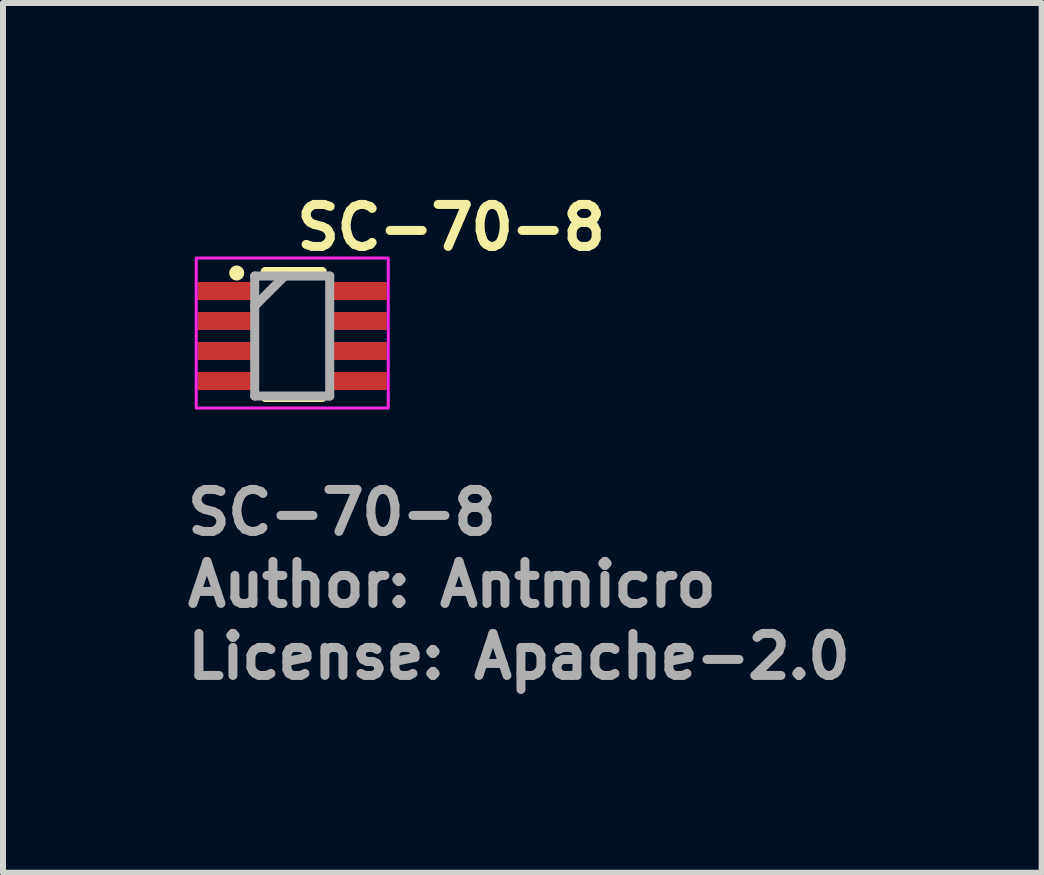
<source format=kicad_pcb>
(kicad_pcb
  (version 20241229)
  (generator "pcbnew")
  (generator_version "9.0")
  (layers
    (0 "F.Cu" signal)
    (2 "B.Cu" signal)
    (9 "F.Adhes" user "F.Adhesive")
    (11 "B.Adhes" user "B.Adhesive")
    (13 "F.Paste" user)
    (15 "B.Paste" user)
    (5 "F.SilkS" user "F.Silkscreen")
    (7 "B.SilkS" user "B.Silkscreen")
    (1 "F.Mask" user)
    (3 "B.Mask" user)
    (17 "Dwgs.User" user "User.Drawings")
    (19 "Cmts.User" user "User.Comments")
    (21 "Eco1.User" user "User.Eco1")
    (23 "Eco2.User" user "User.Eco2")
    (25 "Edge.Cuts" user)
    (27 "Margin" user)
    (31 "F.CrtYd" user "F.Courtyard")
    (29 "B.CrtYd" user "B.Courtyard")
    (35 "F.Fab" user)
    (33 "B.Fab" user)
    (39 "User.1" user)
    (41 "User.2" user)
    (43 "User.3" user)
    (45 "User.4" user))
  (footprint "SC-70-8"
    (layer "F.Cu")
    (at 1.82 2.55)
    (property "Reference" "SC-70-8" (at 0 -1.4 0) (layer "F.SilkS") (effects (font (size 0.7 0.7) (thickness 0.15)) (justify left bottom)))
    (attr smd)
    (fp_line (start -0.45 -1.075) (end 0.5 -1.075) (stroke (width 0.15) (type solid)) (layer "F.SilkS"))
    (fp_line (start -0.45 1.025) (end 0.5 1.025) (stroke (width 0.15) (type solid)) (layer "F.SilkS"))
    (fp_circle (center -0.925 -1.05) (end -0.875 -1.05) (stroke (width 0.15) (type solid)) (fill yes) (layer "F.SilkS"))
    (fp_rect (start -1.6 -1.3) (end 1.6 1.2) (stroke (width 0.05) (type solid)) (fill no) (layer "F.CrtYd"))
    (fp_line (start -0.625 -1) (end 0.625 -1) (stroke (width 0.15) (type solid)) (layer "F.Fab"))
    (fp_line (start -0.625 -0.5) (end -0.125 -1) (stroke (width 0.15) (type solid)) (layer "F.Fab"))
    (fp_line (start -0.625 1) (end -0.625 -1) (stroke (width 0.15) (type solid)) (layer "F.Fab"))
    (fp_line (start 0.625 -1) (end 0.625 1) (stroke (width 0.15) (type solid)) (layer "F.Fab"))
    (fp_line (start 0.625 1) (end -0.625 1) (stroke (width 0.15) (type solid)) (layer "F.Fab"))
    (fp_rect (start -1.05 -1) (end 1.05 1) (stroke (width 0.1) (type solid)) (fill no) (layer "User.5"))
    (fp_line (start -1.05 -0.855) (end -0.907 -0.855) (stroke (width 0.02) (type solid)) (layer "User.9"))
    (fp_line (start -1.05 -0.645) (end -1.05 -0.855) (stroke (width 0.02) (type solid)) (layer "User.9"))
    (fp_line (start -1.05 -0.645) (end -0.907 -0.645) (stroke (width 0.02) (type solid)) (layer "User.9"))
    (fp_line (start -1.05 -0.355) (end -0.907 -0.355) (stroke (width 0.02) (type solid)) (layer "User.9"))
    (fp_line (start -1.05 -0.145) (end -1.05 -0.355) (stroke (width 0.02) (type solid)) (layer "User.9"))
    (fp_line (start -1.05 -0.145) (end -0.907 -0.145) (stroke (width 0.02) (type solid)) (layer "User.9"))
    (fp_line (start -1.05 0.145) (end -0.907 0.145) (stroke (width 0.02) (type solid)) (layer "User.9"))
    (fp_line (start -1.05 0.355) (end -1.05 0.145) (stroke (width 0.02) (type solid)) (layer "User.9"))
    (fp_line (start -1.05 0.355) (end -0.907 0.355) (stroke (width 0.02) (type solid)) (layer "User.9"))
    (fp_line (start -1.05 0.645) (end -0.907 0.645) (stroke (width 0.02) (type solid)) (layer "User.9"))
    (fp_line (start -1.05 0.855) (end -1.05 0.645) (stroke (width 0.02) (type solid)) (layer "User.9"))
    (fp_line (start -1.05 0.855) (end -0.907 0.855) (stroke (width 0.02) (type solid)) (layer "User.9"))
    (fp_line (start -0.907 -0.855) (end -0.856 -0.855) (stroke (width 0.02) (type solid)) (layer "User.9"))
    (fp_line (start -0.907 -0.645) (end -0.856 -0.645) (stroke (width 0.02) (type solid)) (layer "User.9"))
    (fp_line (start -0.907 -0.355) (end -0.856 -0.355) (stroke (width 0.02) (type solid)) (layer "User.9"))
    (fp_line (start -0.907 -0.145) (end -0.856 -0.145) (stroke (width 0.02) (type solid)) (layer "User.9"))
    (fp_line (start -0.907 0.145) (end -0.856 0.145) (stroke (width 0.02) (type solid)) (layer "User.9"))
    (fp_line (start -0.907 0.355) (end -0.856 0.355) (stroke (width 0.02) (type solid)) (layer "User.9"))
    (fp_line (start -0.907 0.645) (end -0.856 0.645) (stroke (width 0.02) (type solid)) (layer "User.9"))
    (fp_line (start -0.907 0.855) (end -0.856 0.855) (stroke (width 0.02) (type solid)) (layer "User.9"))
    (fp_line (start -0.856 -0.855) (end -0.736 -0.855) (stroke (width 0.02) (type solid)) (layer "User.9"))
    (fp_line (start -0.856 -0.645) (end -0.736 -0.645) (stroke (width 0.02) (type solid)) (layer "User.9"))
    (fp_line (start -0.856 -0.355) (end -0.736 -0.355) (stroke (width 0.02) (type solid)) (layer "User.9"))
    (fp_line (start -0.856 -0.145) (end -0.736 -0.145) (stroke (width 0.02) (type solid)) (layer "User.9"))
    (fp_line (start -0.856 0.145) (end -0.736 0.145) (stroke (width 0.02) (type solid)) (layer "User.9"))
    (fp_line (start -0.856 0.355) (end -0.736 0.355) (stroke (width 0.02) (type solid)) (layer "User.9"))
    (fp_line (start -0.856 0.645) (end -0.736 0.645) (stroke (width 0.02) (type solid)) (layer "User.9"))
    (fp_line (start -0.856 0.855) (end -0.736 0.855) (stroke (width 0.02) (type solid)) (layer "User.9"))
    (fp_line (start -0.736 -0.855) (end -0.686 -0.855) (stroke (width 0.02) (type solid)) (layer "User.9"))
    (fp_line (start -0.736 -0.645) (end -0.686 -0.645) (stroke (width 0.02) (type solid)) (layer "User.9"))
    (fp_line (start -0.736 -0.355) (end -0.686 -0.355) (stroke (width 0.02) (type solid)) (layer "User.9"))
    (fp_line (start -0.736 -0.145) (end -0.686 -0.145) (stroke (width 0.02) (type solid)) (layer "User.9"))
    (fp_line (start -0.736 0.145) (end -0.686 0.145) (stroke (width 0.02) (type solid)) (layer "User.9"))
    (fp_line (start -0.736 0.355) (end -0.686 0.355) (stroke (width 0.02) (type solid)) (layer "User.9"))
    (fp_line (start -0.736 0.645) (end -0.686 0.645) (stroke (width 0.02) (type solid)) (layer "User.9"))
    (fp_line (start -0.736 0.855) (end -0.686 0.855) (stroke (width 0.02) (type solid)) (layer "User.9"))
    (fp_line (start -0.686 -0.855) (end -0.625 -0.855) (stroke (width 0.02) (type solid)) (layer "User.9"))
    (fp_line (start -0.686 -0.645) (end -0.625 -0.645) (stroke (width 0.02) (type solid)) (layer "User.9"))
    (fp_line (start -0.686 -0.355) (end -0.625 -0.355) (stroke (width 0.02) (type solid)) (layer "User.9"))
    (fp_line (start -0.686 -0.145) (end -0.625 -0.145) (stroke (width 0.02) (type solid)) (layer "User.9"))
    (fp_line (start -0.686 0.145) (end -0.625 0.145) (stroke (width 0.02) (type solid)) (layer "User.9"))
    (fp_line (start -0.686 0.355) (end -0.625 0.355) (stroke (width 0.02) (type solid)) (layer "User.9"))
    (fp_line (start -0.686 0.645) (end -0.625 0.645) (stroke (width 0.02) (type solid)) (layer "User.9"))
    (fp_line (start -0.686 0.855) (end -0.625 0.855) (stroke (width 0.02) (type solid)) (layer "User.9"))
    (fp_line (start -0.625 -1) (end -0.594 -0.969) (stroke (width 0.02) (type solid)) (layer "User.9"))
    (fp_line (start -0.625 -1) (end 0.625 -1) (stroke (width 0.02) (type solid)) (layer "User.9"))
    (fp_line (start -0.625 -0.645) (end -0.625 -0.855) (stroke (width 0.02) (type solid)) (layer "User.9"))
    (fp_line (start -0.625 -0.145) (end -0.625 -0.355) (stroke (width 0.02) (type solid)) (layer "User.9"))
    (fp_line (start -0.625 0.355) (end -0.625 0.145) (stroke (width 0.02) (type solid)) (layer "User.9"))
    (fp_line (start -0.625 0.855) (end -0.625 0.645) (stroke (width 0.02) (type solid)) (layer "User.9"))
    (fp_line (start -0.625 1) (end -0.625 -1) (stroke (width 0.02) (type solid)) (layer "User.9"))
    (fp_line (start -0.625 1) (end -0.594 0.969) (stroke (width 0.02) (type solid)) (layer "User.9"))
    (fp_line (start -0.625 1) (end 0.625 1) (stroke (width 0.02) (type solid)) (layer "User.9"))
    (fp_line (start -0.594 -0.969) (end -0.574 -0.949) (stroke (width 0.02) (type solid)) (layer "User.9"))
    (fp_line (start -0.594 0.969) (end -0.574 0.949) (stroke (width 0.02) (type solid)) (layer "User.9"))
    (fp_line (start -0.495 -0.8) (end -0.495 -0.796) (stroke (width 0.02) (type solid)) (layer "User.9"))
    (fp_line (start -0.495 -0.796) (end -0.495 -0.792) (stroke (width 0.02) (type solid)) (layer "User.9"))
    (fp_line (start -0.495 -0.792) (end -0.495 -0.792) (stroke (width 0.02) (type solid)) (layer "User.9"))
    (fp_line (start -0.495 -0.792) (end -0.495 -0.788) (stroke (width 0.02) (type solid)) (layer "User.9"))
    (fp_line (start -0.495 -0.788) (end -0.495 -0.784) (stroke (width 0.02) (type solid)) (layer "User.9"))
    (fp_line (start -0.495 -0.784) (end -0.494 -0.78) (stroke (width 0.02) (type solid)) (layer "User.9"))
    (fp_line (start -0.494 -0.808) (end -0.494 -0.804) (stroke (width 0.02) (type solid)) (layer "User.9"))
    (fp_line (start -0.494 -0.804) (end -0.495 -0.8) (stroke (width 0.02) (type solid)) (layer "User.9"))
    (fp_line (start -0.494 -0.78) (end -0.494 -0.776) (stroke (width 0.02) (type solid)) (layer "User.9"))
    (fp_line (start -0.494 -0.776) (end -0.493 -0.772) (stroke (width 0.02) (type solid)) (layer "User.9"))
    (fp_line (start -0.493 -0.812) (end -0.494 -0.808) (stroke (width 0.02) (type solid)) (layer "User.9"))
    (fp_line (start -0.493 -0.772) (end -0.492 -0.769) (stroke (width 0.02) (type solid)) (layer "User.9"))
    (fp_line (start -0.492 -0.815) (end -0.493 -0.812) (stroke (width 0.02) (type solid)) (layer "User.9"))
    (fp_line (start -0.492 -0.769) (end -0.49 -0.765) (stroke (width 0.02) (type solid)) (layer "User.9"))
    (fp_line (start -0.49 -0.819) (end -0.492 -0.815) (stroke (width 0.02) (type solid)) (layer "User.9"))
    (fp_line (start -0.49 -0.765) (end -0.489 -0.762) (stroke (width 0.02) (type solid)) (layer "User.9"))
    (fp_line (start -0.489 -0.822) (end -0.49 -0.819) (stroke (width 0.02) (type solid)) (layer "User.9"))
    (fp_line (start -0.489 -0.762) (end -0.487 -0.758) (stroke (width 0.02) (type solid)) (layer "User.9"))
    (fp_line (start -0.487 -0.826) (end -0.489 -0.822) (stroke (width 0.02) (type solid)) (layer "User.9"))
    (fp_line (start -0.487 -0.758) (end -0.486 -0.755) (stroke (width 0.02) (type solid)) (layer "User.9"))
    (fp_line (start -0.486 -0.829) (end -0.487 -0.826) (stroke (width 0.02) (type solid)) (layer "User.9"))
    (fp_line (start -0.486 -0.755) (end -0.484 -0.751) (stroke (width 0.02) (type solid)) (layer "User.9"))
    (fp_line (start -0.484 -0.833) (end -0.486 -0.829) (stroke (width 0.02) (type solid)) (layer "User.9"))
    (fp_line (start -0.484 -0.751) (end -0.482 -0.748) (stroke (width 0.02) (type solid)) (layer "User.9"))
    (fp_line (start -0.482 -0.836) (end -0.484 -0.833) (stroke (width 0.02) (type solid)) (layer "User.9"))
    (fp_line (start -0.482 -0.748) (end -0.48 -0.745) (stroke (width 0.02) (type solid)) (layer "User.9"))
    (fp_line (start -0.48 -0.839) (end -0.482 -0.836) (stroke (width 0.02) (type solid)) (layer "User.9"))
    (fp_line (start -0.48 -0.745) (end -0.477 -0.742) (stroke (width 0.02) (type solid)) (layer "User.9"))
    (fp_line (start -0.477 -0.842) (end -0.48 -0.839) (stroke (width 0.02) (type solid)) (layer "User.9"))
    (fp_line (start -0.477 -0.742) (end -0.475 -0.739) (stroke (width 0.02) (type solid)) (layer "User.9"))
    (fp_line (start -0.475 -0.845) (end -0.477 -0.842) (stroke (width 0.02) (type solid)) (layer "User.9"))
    (fp_line (start -0.475 -0.739) (end -0.472 -0.737) (stroke (width 0.02) (type solid)) (layer "User.9"))
    (fp_line (start -0.472 -0.847) (end -0.475 -0.845) (stroke (width 0.02) (type solid)) (layer "User.9"))
    (fp_line (start -0.472 -0.737) (end -0.47 -0.734) (stroke (width 0.02) (type solid)) (layer "User.9"))
    (fp_line (start -0.47 -0.85) (end -0.472 -0.847) (stroke (width 0.02) (type solid)) (layer "User.9"))
    (fp_line (start -0.47 -0.734) (end -0.467 -0.732) (stroke (width 0.02) (type solid)) (layer "User.9"))
    (fp_line (start -0.467 -0.852) (end -0.47 -0.85) (stroke (width 0.02) (type solid)) (layer "User.9"))
    (fp_line (start -0.467 -0.732) (end -0.464 -0.729) (stroke (width 0.02) (type solid)) (layer "User.9"))
    (fp_line (start -0.464 -0.855) (end -0.467 -0.852) (stroke (width 0.02) (type solid)) (layer "User.9"))
    (fp_line (start -0.464 -0.729) (end -0.461 -0.727) (stroke (width 0.02) (type solid)) (layer "User.9"))
    (fp_line (start -0.461 -0.857) (end -0.464 -0.855) (stroke (width 0.02) (type solid)) (layer "User.9"))
    (fp_line (start -0.461 -0.727) (end -0.458 -0.725) (stroke (width 0.02) (type solid)) (layer "User.9"))
    (fp_line (start -0.458 -0.859) (end -0.461 -0.857) (stroke (width 0.02) (type solid)) (layer "User.9"))
    (fp_line (start -0.458 -0.725) (end -0.454 -0.723) (stroke (width 0.02) (type solid)) (layer "User.9"))
    (fp_line (start -0.454 -0.861) (end -0.458 -0.859) (stroke (width 0.02) (type solid)) (layer "User.9"))
    (fp_line (start -0.454 -0.723) (end -0.451 -0.722) (stroke (width 0.02) (type solid)) (layer "User.9"))
    (fp_line (start -0.451 -0.862) (end -0.454 -0.861) (stroke (width 0.02) (type solid)) (layer "User.9"))
    (fp_line (start -0.451 -0.722) (end -0.447 -0.72) (stroke (width 0.02) (type solid)) (layer "User.9"))
    (fp_line (start -0.447 -0.864) (end -0.451 -0.862) (stroke (width 0.02) (type solid)) (layer "User.9"))
    (fp_line (start -0.447 -0.72) (end -0.444 -0.719) (stroke (width 0.02) (type solid)) (layer "User.9"))
    (fp_line (start -0.444 -0.865) (end -0.447 -0.864) (stroke (width 0.02) (type solid)) (layer "User.9"))
    (fp_line (start -0.444 -0.719) (end -0.44 -0.717) (stroke (width 0.02) (type solid)) (layer "User.9"))
    (fp_line (start -0.44 -0.867) (end -0.444 -0.865) (stroke (width 0.02) (type solid)) (layer "User.9"))
    (fp_line (start -0.44 -0.717) (end -0.437 -0.716) (stroke (width 0.02) (type solid)) (layer "User.9"))
    (fp_line (start -0.437 -0.868) (end -0.44 -0.867) (stroke (width 0.02) (type solid)) (layer "User.9"))
    (fp_line (start -0.437 -0.716) (end -0.433 -0.715) (stroke (width 0.02) (type solid)) (layer "User.9"))
    (fp_line (start -0.433 -0.869) (end -0.437 -0.868) (stroke (width 0.02) (type solid)) (layer "User.9"))
    (fp_line (start -0.433 -0.715) (end -0.429 -0.715) (stroke (width 0.02) (type solid)) (layer "User.9"))
    (fp_line (start -0.429 -0.869) (end -0.433 -0.869) (stroke (width 0.02) (type solid)) (layer "User.9"))
    (fp_line (start -0.429 -0.715) (end -0.425 -0.714) (stroke (width 0.02) (type solid)) (layer "User.9"))
    (fp_line (start -0.425 -0.87) (end -0.429 -0.869) (stroke (width 0.02) (type solid)) (layer "User.9"))
    (fp_line (start -0.425 -0.714) (end -0.421 -0.714) (stroke (width 0.02) (type solid)) (layer "User.9"))
    (fp_line (start -0.421 -0.87) (end -0.425 -0.87) (stroke (width 0.02) (type solid)) (layer "User.9"))
    (fp_line (start -0.421 -0.714) (end -0.417 -0.714) (stroke (width 0.02) (type solid)) (layer "User.9"))
    (fp_line (start -0.417 -0.87) (end -0.421 -0.87) (stroke (width 0.02) (type solid)) (layer "User.9"))
    (fp_line (start -0.417 -0.87) (end -0.417 -0.87) (stroke (width 0.02) (type solid)) (layer "User.9"))
    (fp_line (start -0.417 -0.714) (end -0.417 -0.714) (stroke (width 0.02) (type solid)) (layer "User.9"))
    (fp_line (start -0.417 -0.714) (end -0.413 -0.714) (stroke (width 0.02) (type solid)) (layer "User.9"))
    (fp_line (start -0.413 -0.87) (end -0.417 -0.87) (stroke (width 0.02) (type solid)) (layer "User.9"))
    (fp_line (start -0.413 -0.714) (end -0.409 -0.714) (stroke (width 0.02) (type solid)) (layer "User.9"))
    (fp_line (start -0.409 -0.87) (end -0.413 -0.87) (stroke (width 0.02) (type solid)) (layer "User.9"))
    (fp_line (start -0.409 -0.714) (end -0.405 -0.715) (stroke (width 0.02) (type solid)) (layer "User.9"))
    (fp_line (start -0.405 -0.869) (end -0.409 -0.87) (stroke (width 0.02) (type solid)) (layer "User.9"))
    (fp_line (start -0.405 -0.715) (end -0.401 -0.715) (stroke (width 0.02) (type solid)) (layer "User.9"))
    (fp_line (start -0.401 -0.869) (end -0.405 -0.869) (stroke (width 0.02) (type solid)) (layer "User.9"))
    (fp_line (start -0.401 -0.715) (end -0.397 -0.716) (stroke (width 0.02) (type solid)) (layer "User.9"))
    (fp_line (start -0.397 -0.868) (end -0.401 -0.869) (stroke (width 0.02) (type solid)) (layer "User.9"))
    (fp_line (start -0.397 -0.716) (end -0.394 -0.717) (stroke (width 0.02) (type solid)) (layer "User.9"))
    (fp_line (start -0.394 -0.867) (end -0.397 -0.868) (stroke (width 0.02) (type solid)) (layer "User.9"))
    (fp_line (start -0.394 -0.717) (end -0.39 -0.719) (stroke (width 0.02) (type solid)) (layer "User.9"))
    (fp_line (start -0.39 -0.865) (end -0.394 -0.867) (stroke (width 0.02) (type solid)) (layer "User.9"))
    (fp_line (start -0.39 -0.719) (end -0.387 -0.72) (stroke (width 0.02) (type solid)) (layer "User.9"))
    (fp_line (start -0.387 -0.864) (end -0.39 -0.865) (stroke (width 0.02) (type solid)) (layer "User.9"))
    (fp_line (start -0.387 -0.72) (end -0.383 -0.722) (stroke (width 0.02) (type solid)) (layer "User.9"))
    (fp_line (start -0.383 -0.862) (end -0.387 -0.864) (stroke (width 0.02) (type solid)) (layer "User.9"))
    (fp_line (start -0.383 -0.722) (end -0.38 -0.723) (stroke (width 0.02) (type solid)) (layer "User.9"))
    (fp_line (start -0.38 -0.861) (end -0.383 -0.862) (stroke (width 0.02) (type solid)) (layer "User.9"))
    (fp_line (start -0.38 -0.723) (end -0.376 -0.725) (stroke (width 0.02) (type solid)) (layer "User.9"))
    (fp_line (start -0.376 -0.859) (end -0.38 -0.861) (stroke (width 0.02) (type solid)) (layer "User.9"))
    (fp_line (start -0.376 -0.725) (end -0.373 -0.727) (stroke (width 0.02) (type solid)) (layer "User.9"))
    (fp_line (start -0.373 -0.857) (end -0.376 -0.859) (stroke (width 0.02) (type solid)) (layer "User.9"))
    (fp_line (start -0.373 -0.727) (end -0.37 -0.729) (stroke (width 0.02) (type solid)) (layer "User.9"))
    (fp_line (start -0.37 -0.855) (end -0.373 -0.857) (stroke (width 0.02) (type solid)) (layer "User.9"))
    (fp_line (start -0.37 -0.729) (end -0.367 -0.732) (stroke (width 0.02) (type solid)) (layer "User.9"))
    (fp_line (start -0.367 -0.852) (end -0.37 -0.855) (stroke (width 0.02) (type solid)) (layer "User.9"))
    (fp_line (start -0.367 -0.732) (end -0.364 -0.734) (stroke (width 0.02) (type solid)) (layer "User.9"))
    (fp_line (start -0.364 -0.85) (end -0.367 -0.852) (stroke (width 0.02) (type solid)) (layer "User.9"))
    (fp_line (start -0.364 -0.734) (end -0.362 -0.737) (stroke (width 0.02) (type solid)) (layer "User.9"))
    (fp_line (start -0.362 -0.847) (end -0.364 -0.85) (stroke (width 0.02) (type solid)) (layer "User.9"))
    (fp_line (start -0.362 -0.737) (end -0.359 -0.739) (stroke (width 0.02) (type solid)) (layer "User.9"))
    (fp_line (start -0.359 -0.845) (end -0.362 -0.847) (stroke (width 0.02) (type solid)) (layer "User.9"))
    (fp_line (start -0.359 -0.739) (end -0.357 -0.742) (stroke (width 0.02) (type solid)) (layer "User.9"))
    (fp_line (start -0.357 -0.842) (end -0.359 -0.845) (stroke (width 0.02) (type solid)) (layer "User.9"))
    (fp_line (start -0.357 -0.742) (end -0.354 -0.745) (stroke (width 0.02) (type solid)) (layer "User.9"))
    (fp_line (start -0.354 -0.839) (end -0.357 -0.842) (stroke (width 0.02) (type solid)) (layer "User.9"))
    (fp_line (start -0.354 -0.745) (end -0.352 -0.748) (stroke (width 0.02) (type solid)) (layer "User.9"))
    (fp_line (start -0.352 -0.836) (end -0.354 -0.839) (stroke (width 0.02) (type solid)) (layer "User.9"))
    (fp_line (start -0.352 -0.748) (end -0.35 -0.751) (stroke (width 0.02) (type solid)) (layer "User.9"))
    (fp_line (start -0.35 -0.833) (end -0.352 -0.836) (stroke (width 0.02) (type solid)) (layer "User.9"))
    (fp_line (start -0.35 -0.751) (end -0.348 -0.755) (stroke (width 0.02) (type solid)) (layer "User.9"))
    (fp_line (start -0.348 -0.829) (end -0.35 -0.833) (stroke (width 0.02) (type solid)) (layer "User.9"))
    (fp_line (start -0.348 -0.755) (end -0.347 -0.758) (stroke (width 0.02) (type solid)) (layer "User.9"))
    (fp_line (start -0.347 -0.826) (end -0.348 -0.829) (stroke (width 0.02) (type solid)) (layer "User.9"))
    (fp_line (start -0.347 -0.758) (end -0.345 -0.762) (stroke (width 0.02) (type solid)) (layer "User.9"))
    (fp_line (start -0.345 -0.822) (end -0.347 -0.826) (stroke (width 0.02) (type solid)) (layer "User.9"))
    (fp_line (start -0.345 -0.762) (end -0.344 -0.765) (stroke (width 0.02) (type solid)) (layer "User.9"))
    (fp_line (start -0.344 -0.819) (end -0.345 -0.822) (stroke (width 0.02) (type solid)) (layer "User.9"))
    (fp_line (start -0.344 -0.765) (end -0.342 -0.769) (stroke (width 0.02) (type solid)) (layer "User.9"))
    (fp_line (start -0.342 -0.815) (end -0.344 -0.819) (stroke (width 0.02) (type solid)) (layer "User.9"))
    (fp_line (start -0.342 -0.769) (end -0.341 -0.772) (stroke (width 0.02) (type solid)) (layer "User.9"))
    (fp_line (start -0.341 -0.812) (end -0.342 -0.815) (stroke (width 0.02) (type solid)) (layer "User.9"))
    (fp_line (start -0.341 -0.772) (end -0.34 -0.776) (stroke (width 0.02) (type solid)) (layer "User.9"))
    (fp_line (start -0.34 -0.808) (end -0.341 -0.812) (stroke (width 0.02) (type solid)) (layer "User.9"))
    (fp_line (start -0.34 -0.804) (end -0.34 -0.808) (stroke (width 0.02) (type solid)) (layer "User.9"))
    (fp_line (start -0.34 -0.78) (end -0.339 -0.784) (stroke (width 0.02) (type solid)) (layer "User.9"))
    (fp_line (start -0.34 -0.776) (end -0.34 -0.78) (stroke (width 0.02) (type solid)) (layer "User.9"))
    (fp_line (start -0.339 -0.8) (end -0.34 -0.804) (stroke (width 0.02) (type solid)) (layer "User.9"))
    (fp_line (start -0.339 -0.796) (end -0.339 -0.8) (stroke (width 0.02) (type solid)) (layer "User.9"))
    (fp_line (start -0.339 -0.792) (end -0.339 -0.796) (stroke (width 0.02) (type solid)) (layer "User.9"))
    (fp_line (start -0.339 -0.792) (end -0.339 -0.792) (stroke (width 0.02) (type solid)) (layer "User.9"))
    (fp_line (start -0.339 -0.792) (end -0.339 -0.792) (stroke (width 0.02) (type solid)) (layer "User.9"))
    (fp_line (start -0.339 -0.788) (end -0.339 -0.792) (stroke (width 0.02) (type solid)) (layer "User.9"))
    (fp_line (start -0.339 -0.784) (end -0.339 -0.788) (stroke (width 0.02) (type solid)) (layer "User.9"))
    (fp_line (start 0.574 -0.949) (end 0.594 -0.969) (stroke (width 0.02) (type solid)) (layer "User.9"))
    (fp_line (start 0.594 0.969) (end 0.574 0.949) (stroke (width 0.02) (type solid)) (layer "User.9"))
    (fp_line (start 0.625 -1) (end 0.594 -0.969) (stroke (width 0.02) (type solid)) (layer "User.9"))
    (fp_line (start 0.625 -0.855) (end 0.686 -0.855) (stroke (width 0.02) (type solid)) (layer "User.9"))
    (fp_line (start 0.625 -0.645) (end 0.625 -0.855) (stroke (width 0.02) (type solid)) (layer "User.9"))
    (fp_line (start 0.625 -0.645) (end 0.686 -0.645) (stroke (width 0.02) (type solid)) (layer "User.9"))
    (fp_line (start 0.625 -0.355) (end 0.686 -0.355) (stroke (width 0.02) (type solid)) (layer "User.9"))
    (fp_line (start 0.625 -0.145) (end 0.625 -0.355) (stroke (width 0.02) (type solid)) (layer "User.9"))
    (fp_line (start 0.625 -0.145) (end 0.686 -0.145) (stroke (width 0.02) (type solid)) (layer "User.9"))
    (fp_line (start 0.625 0.145) (end 0.686 0.145) (stroke (width 0.02) (type solid)) (layer "User.9"))
    (fp_line (start 0.625 0.355) (end 0.625 0.145) (stroke (width 0.02) (type solid)) (layer "User.9"))
    (fp_line (start 0.625 0.355) (end 0.686 0.355) (stroke (width 0.02) (type solid)) (layer "User.9"))
    (fp_line (start 0.625 0.645) (end 0.686 0.645) (stroke (width 0.02) (type solid)) (layer "User.9"))
    (fp_line (start 0.625 0.855) (end 0.625 0.645) (stroke (width 0.02) (type solid)) (layer "User.9"))
    (fp_line (start 0.625 0.855) (end 0.686 0.855) (stroke (width 0.02) (type solid)) (layer "User.9"))
    (fp_line (start 0.625 1) (end 0.594 0.969) (stroke (width 0.02) (type solid)) (layer "User.9"))
    (fp_line (start 0.625 1) (end 0.625 -1) (stroke (width 0.02) (type solid)) (layer "User.9"))
    (fp_line (start 0.736 -0.855) (end 0.686 -0.855) (stroke (width 0.02) (type solid)) (layer "User.9"))
    (fp_line (start 0.736 -0.645) (end 0.686 -0.645) (stroke (width 0.02) (type solid)) (layer "User.9"))
    (fp_line (start 0.736 -0.355) (end 0.686 -0.355) (stroke (width 0.02) (type solid)) (layer "User.9"))
    (fp_line (start 0.736 -0.145) (end 0.686 -0.145) (stroke (width 0.02) (type solid)) (layer "User.9"))
    (fp_line (start 0.736 0.145) (end 0.686 0.145) (stroke (width 0.02) (type solid)) (layer "User.9"))
    (fp_line (start 0.736 0.355) (end 0.686 0.355) (stroke (width 0.02) (type solid)) (layer "User.9"))
    (fp_line (start 0.736 0.645) (end 0.686 0.645) (stroke (width 0.02) (type solid)) (layer "User.9"))
    (fp_line (start 0.736 0.855) (end 0.686 0.855) (stroke (width 0.02) (type solid)) (layer "User.9"))
    (fp_line (start 0.856 -0.855) (end 0.736 -0.855) (stroke (width 0.02) (type solid)) (layer "User.9"))
    (fp_line (start 0.856 -0.645) (end 0.736 -0.645) (stroke (width 0.02) (type solid)) (layer "User.9"))
    (fp_line (start 0.856 -0.355) (end 0.736 -0.355) (stroke (width 0.02) (type solid)) (layer "User.9"))
    (fp_line (start 0.856 -0.145) (end 0.736 -0.145) (stroke (width 0.02) (type solid)) (layer "User.9"))
    (fp_line (start 0.856 0.145) (end 0.736 0.145) (stroke (width 0.02) (type solid)) (layer "User.9"))
    (fp_line (start 0.856 0.355) (end 0.736 0.355) (stroke (width 0.02) (type solid)) (layer "User.9"))
    (fp_line (start 0.856 0.645) (end 0.736 0.645) (stroke (width 0.02) (type solid)) (layer "User.9"))
    (fp_line (start 0.856 0.855) (end 0.736 0.855) (stroke (width 0.02) (type solid)) (layer "User.9"))
    (fp_line (start 0.907 -0.855) (end 0.856 -0.855) (stroke (width 0.02) (type solid)) (layer "User.9"))
    (fp_line (start 0.907 -0.855) (end 1.05 -0.855) (stroke (width 0.02) (type solid)) (layer "User.9"))
    (fp_line (start 0.907 -0.645) (end 0.856 -0.645) (stroke (width 0.02) (type solid)) (layer "User.9"))
    (fp_line (start 0.907 -0.645) (end 1.05 -0.645) (stroke (width 0.02) (type solid)) (layer "User.9"))
    (fp_line (start 0.907 -0.355) (end 0.856 -0.355) (stroke (width 0.02) (type solid)) (layer "User.9"))
    (fp_line (start 0.907 -0.355) (end 1.05 -0.355) (stroke (width 0.02) (type solid)) (layer "User.9"))
    (fp_line (start 0.907 -0.145) (end 0.856 -0.145) (stroke (width 0.02) (type solid)) (layer "User.9"))
    (fp_line (start 0.907 -0.145) (end 1.05 -0.145) (stroke (width 0.02) (type solid)) (layer "User.9"))
    (fp_line (start 0.907 0.145) (end 0.856 0.145) (stroke (width 0.02) (type solid)) (layer "User.9"))
    (fp_line (start 0.907 0.145) (end 1.05 0.145) (stroke (width 0.02) (type solid)) (layer "User.9"))
    (fp_line (start 0.907 0.355) (end 0.856 0.355) (stroke (width 0.02) (type solid)) (layer "User.9"))
    (fp_line (start 0.907 0.355) (end 1.05 0.355) (stroke (width 0.02) (type solid)) (layer "User.9"))
    (fp_line (start 0.907 0.645) (end 0.856 0.645) (stroke (width 0.02) (type solid)) (layer "User.9"))
    (fp_line (start 0.907 0.645) (end 1.05 0.645) (stroke (width 0.02) (type solid)) (layer "User.9"))
    (fp_line (start 0.907 0.855) (end 0.856 0.855) (stroke (width 0.02) (type solid)) (layer "User.9"))
    (fp_line (start 0.907 0.855) (end 1.05 0.855) (stroke (width 0.02) (type solid)) (layer "User.9"))
    (fp_line (start 1.05 -0.645) (end 1.05 -0.855) (stroke (width 0.02) (type solid)) (layer "User.9"))
    (fp_line (start 1.05 -0.145) (end 1.05 -0.355) (stroke (width 0.02) (type solid)) (layer "User.9"))
    (fp_line (start 1.05 0.355) (end 1.05 0.145) (stroke (width 0.02) (type solid)) (layer "User.9"))
    (fp_line (start 1.05 0.855) (end 1.05 0.645) (stroke (width 0.02) (type solid)) (layer "User.9"))
    (fp_text user "${REFERENCE}" (at -1.82 3.35 0) (layer "F.Fab") (effects (font (size 0.7 0.7) (thickness 0.15)) (justify left bottom)))
    (fp_text user "Author: Antmicro" (at -1.82 4.55 0) (layer "F.Fab") (effects (font (size 0.7 0.7) (thickness 0.15)) (justify left bottom)))
    (fp_text user "License: Apache-2.0" (at -1.82 5.75 0) (layer "F.Fab") (effects (font (size 0.7 0.7) (thickness 0.15)) (justify left bottom)))
    (pad "1" smd rect (at -1.1 -0.75 90) (size 0.3 0.95) (layers "F.Cu" "F.Mask" "F.Paste"))
    (pad "2" smd rect (at -1.1 -0.25 90) (size 0.3 0.95) (layers "F.Cu" "F.Mask" "F.Paste"))
    (pad "3" smd rect (at -1.1 0.25 90) (size 0.3 0.95) (layers "F.Cu" "F.Mask" "F.Paste"))
    (pad "4" smd rect (at -1.1 0.75 90) (size 0.3 0.95) (layers "F.Cu" "F.Mask" "F.Paste"))
    (pad "5" smd rect (at 1.1 0.75 90) (size 0.3 0.95) (layers "F.Cu" "F.Mask" "F.Paste"))
    (pad "6" smd rect (at 1.1 0.25 90) (size 0.3 0.95) (layers "F.Cu" "F.Mask" "F.Paste"))
    (pad "7" smd rect (at 1.1 -0.25 90) (size 0.3 0.95) (layers "F.Cu" "F.Mask" "F.Paste"))
    (pad "8" smd rect (at 1.1 -0.75 90) (size 0.3 0.95) (layers "F.Cu" "F.Mask" "F.Paste")))
  (gr_rect
    (start -3 -3)
    (end 14.31 11.495)
    (stroke (width 0.1) (type default))
    (fill no)
    (layer "Edge.Cuts")))
</source>
